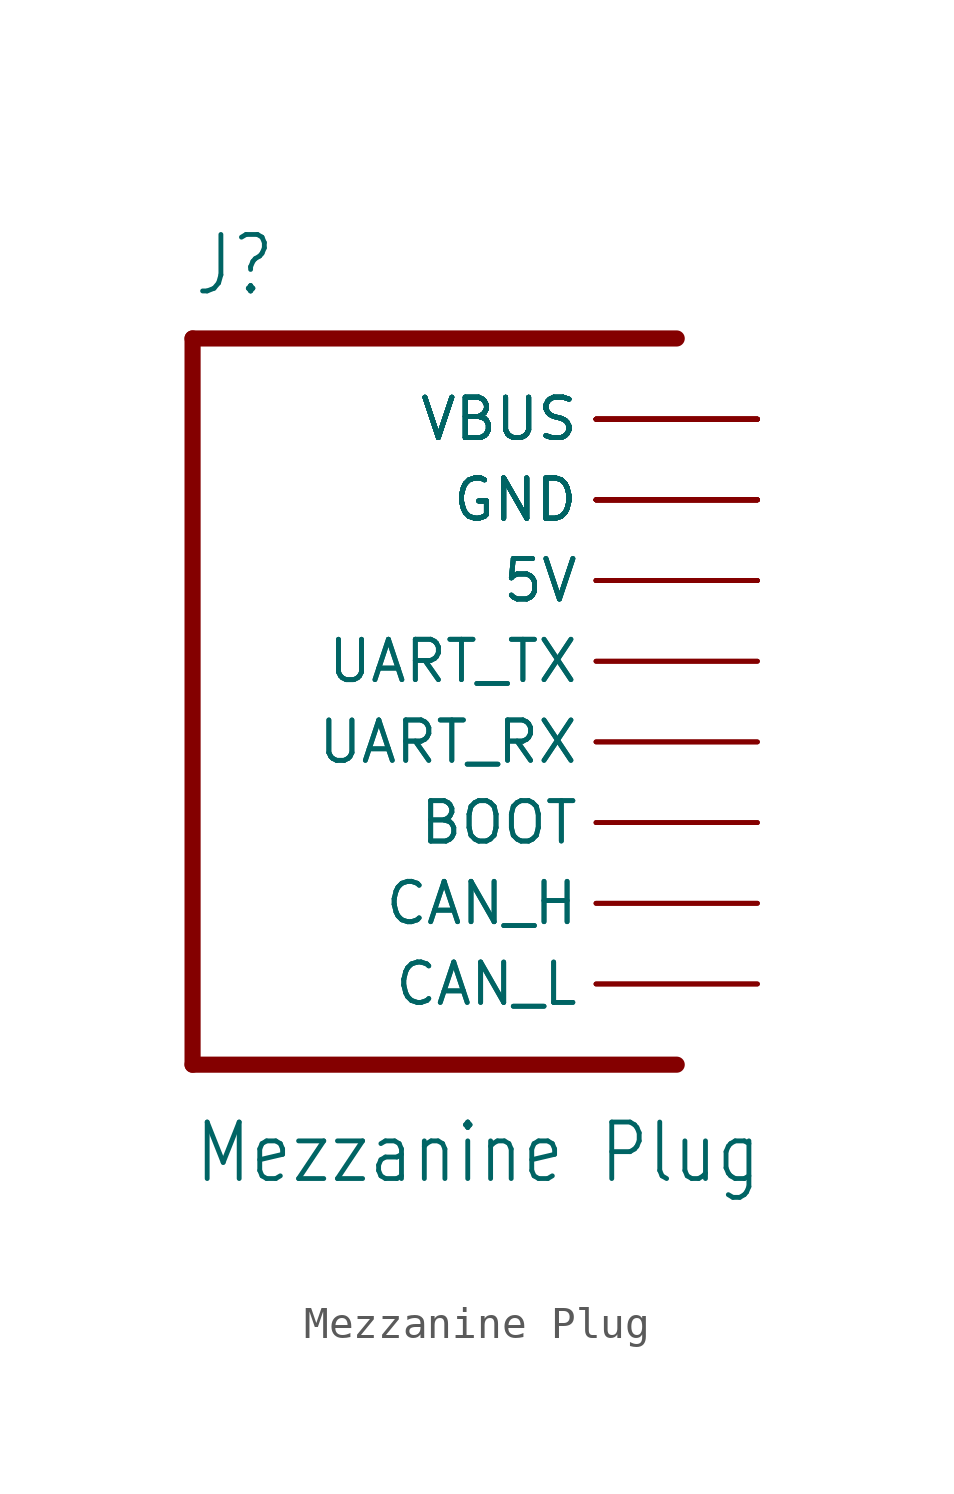
<source format=kicad_sym>
(kicad_symbol_lib
  (version 20211014)
  (generator kicad_symbol_editor)
  (symbol "Mezzanine Plug"
    (property "Reference" "J"
      (at -12.7 13.97 0)
      (effects (font (size 1.778 1.511)) (justify left bottom)))
    (property "Value" "Mezzanine Plug"
      (at -12.7 -13.97 0)
      (effects (font (size 1.778 1.511)) (justify left bottom)))
    (symbol "Mezzanine Plug_1_0"
      (polyline (pts (xy -12.7 -10.16) (xy 2.54 -10.16)) (stroke (width 0.508) (type default) (color 0 0 0 0)) (fill (type none)))
      (polyline (pts (xy 2.54 12.7) (xy -12.7 12.7)) (stroke (width 0.508) (type default) (color 0 0 0 0)) (fill (type none)))
      (pin bidirectional line (at 5.08 -7.62 180) (length 5.08) (name "CAN_L" (effects (font (size 1.27 1.27)))) (number "P$1" (effects (font (size 0 0)))))
      (pin power_in line (at 5.08 7.62 180) (length 5.08) (name "GND" (effects (font (size 1.27 1.27)))) (number "P$10" (effects (font (size 0 0)))))
      (pin power_in line (at 5.08 7.62 180) (length 5.08) (name "GND" (effects (font (size 1.27 1.27)))) (number "P$11" (effects (font (size 0 0)))))
      (pin power_in line (at 5.08 10.16 180) (length 5.08) (name "VBUS" (effects (font (size 1.27 1.27)))) (number "P$12" (effects (font (size 0 0)))))
      (pin power_in line (at 5.08 10.16 180) (length 5.08) (name "VBUS" (effects (font (size 1.27 1.27)))) (number "P$13" (effects (font (size 0 0)))))
      (pin power_in line (at 5.08 10.16 180) (length 5.08) (name "VBUS" (effects (font (size 1.27 1.27)))) (number "P$14" (effects (font (size 0 0)))))
      (pin power_in line (at 5.08 10.16 180) (length 5.08) (name "VBUS" (effects (font (size 1.27 1.27)))) (number "P$15" (effects (font (size 0 0)))))
      (pin power_in line (at 5.08 10.16 180) (length 5.08) (name "VBUS" (effects (font (size 1.27 1.27)))) (number "P$16" (effects (font (size 0 0)))))
      (pin power_in line (at 5.08 10.16 180) (length 5.08) (name "VBUS" (effects (font (size 1.27 1.27)))) (number "P$17" (effects (font (size 0 0)))))
      (pin power_in line (at 5.08 10.16 180) (length 5.08) (name "VBUS" (effects (font (size 1.27 1.27)))) (number "P$18" (effects (font (size 0 0)))))
      (pin power_in line (at 5.08 10.16 180) (length 5.08) (name "VBUS" (effects (font (size 1.27 1.27)))) (number "P$19" (effects (font (size 0 0)))))
      (pin bidirectional line (at 5.08 -5.08 180) (length 5.08) (name "CAN_H" (effects (font (size 1.27 1.27)))) (number "P$2" (effects (font (size 0 0)))))
      (pin power_in line (at 5.08 7.62 180) (length 5.08) (name "GND" (effects (font (size 1.27 1.27)))) (number "P$20" (effects (font (size 0 0)))))
      (pin power_in line (at 5.08 7.62 180) (length 5.08) (name "GND" (effects (font (size 1.27 1.27)))) (number "P$21" (effects (font (size 0 0)))))
      (pin power_in line (at 5.08 7.62 180) (length 5.08) (name "GND" (effects (font (size 1.27 1.27)))) (number "P$22" (effects (font (size 0 0)))))
      (pin power_in line (at 5.08 7.62 180) (length 5.08) (name "GND" (effects (font (size 1.27 1.27)))) (number "P$23" (effects (font (size 0 0)))))
      (pin power_in line (at 5.08 5.08 180) (length 5.08) (name "5V" (effects (font (size 1.27 1.27)))) (number "P$24" (effects (font (size 0 0)))))
      (pin power_in line (at 5.08 5.08 180) (length 5.08) (name "5V" (effects (font (size 1.27 1.27)))) (number "P$25" (effects (font (size 0 0)))))
      (pin bidirectional line (at 5.08 2.54 180) (length 5.08) (name "UART_TX" (effects (font (size 1.27 1.27)))) (number "P$26" (effects (font (size 0 0)))))
      (pin bidirectional line (at 5.08 0 180) (length 5.08) (name "UART_RX" (effects (font (size 1.27 1.27)))) (number "P$27" (effects (font (size 0 0)))))
      (pin bidirectional line (at 5.08 -2.54 180) (length 5.08) (name "BOOT" (effects (font (size 1.27 1.27)))) (number "P$28" (effects (font (size 0 0)))))
      (pin bidirectional line (at 5.08 -5.08 180) (length 5.08) (name "CAN_H" (effects (font (size 1.27 1.27)))) (number "P$29" (effects (font (size 0 0)))))
      (pin bidirectional line (at 5.08 -2.54 180) (length 5.08) (name "BOOT" (effects (font (size 1.27 1.27)))) (number "P$3" (effects (font (size 0 0)))))
      (pin bidirectional line (at 5.08 -7.62 180) (length 5.08) (name "CAN_L" (effects (font (size 1.27 1.27)))) (number "P$30" (effects (font (size 0 0)))))
      (pin bidirectional line (at 5.08 0 180) (length 5.08) (name "UART_RX" (effects (font (size 1.27 1.27)))) (number "P$4" (effects (font (size 0 0)))))
      (pin bidirectional line (at 5.08 2.54 180) (length 5.08) (name "UART_TX" (effects (font (size 1.27 1.27)))) (number "P$5" (effects (font (size 0 0)))))
      (pin power_in line (at 5.08 5.08 180) (length 5.08) (name "5V" (effects (font (size 1.27 1.27)))) (number "P$6" (effects (font (size 0 0)))))
      (pin power_in line (at 5.08 5.08 180) (length 5.08) (name "5V" (effects (font (size 1.27 1.27)))) (number "P$7" (effects (font (size 0 0)))))
      (pin power_in line (at 5.08 7.62 180) (length 5.08) (name "GND" (effects (font (size 1.27 1.27)))) (number "P$8" (effects (font (size 0 0)))))
      (pin power_in line (at 5.08 7.62 180) (length 5.08) (name "GND" (effects (font (size 1.27 1.27)))) (number "P$9" (effects (font (size 0 0))))))
    (symbol "Mezzanine Plug_1_1"
      (polyline (pts (xy -12.7 12.7) (xy -12.7 -10.16)) (stroke (width 0.508) (type default) (color 0 0 0 0)) (fill (type none))))))
</source>
